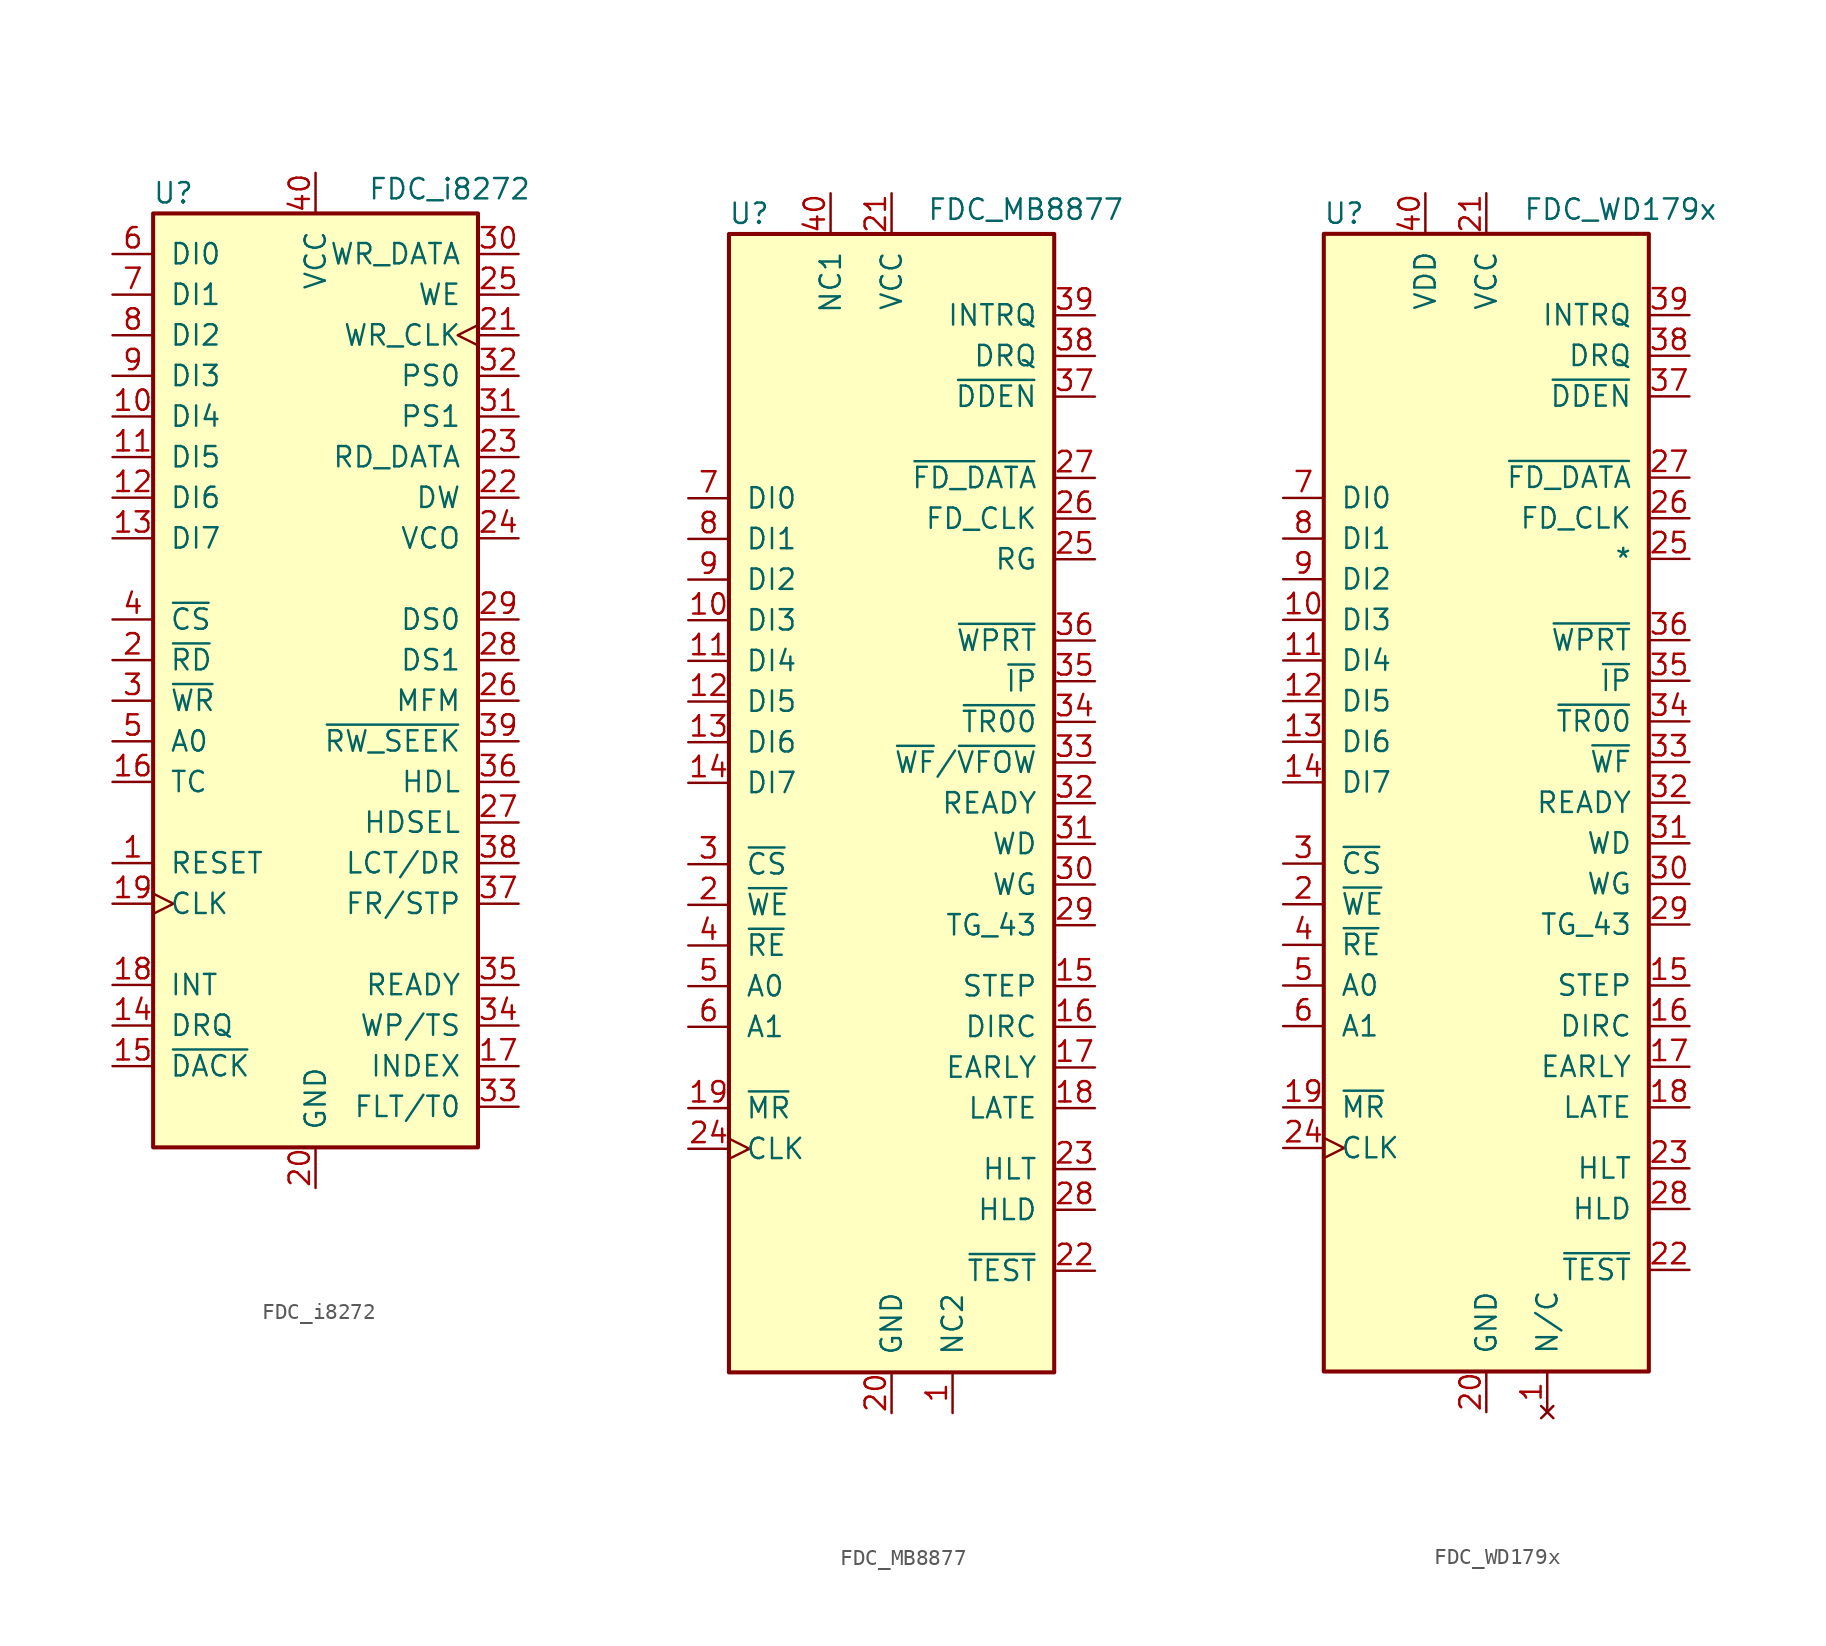
<source format=kicad_sym>
(kicad_symbol_lib
  (version 20241209)
  (generator "kicad_symbol_editor")
  (generator_version "9.0")
  (symbol "FDC_i8272"
    (pin_names
      (offset 1.016))
    (property "Reference" "U"
      (at -8.89 24.13 0)
      (effects (font (size 1.27 1.27))))
    (property "Value" "FDC_i8272"
      (at 8.382 24.384 0)
      (effects (font (size 1.27 1.27))))
    (symbol "FDC_i8272_0_1"
      (rectangle (start -10.16 22.86) (end 10.16 -35.56) (stroke (width 0.254) (type default)) (fill (type background))))
    (symbol "FDC_i8272_1_1"
      (pin tri_state line (at -12.7 20.32 0) (length 2.54) (name "DI0" (effects (font (size 1.27 1.27)))) (number "6" (effects (font (size 1.27 1.27)))))
      (pin tri_state line (at -12.7 17.78 0) (length 2.54) (name "DI1" (effects (font (size 1.27 1.27)))) (number "7" (effects (font (size 1.27 1.27)))))
      (pin tri_state line (at -12.7 15.24 0) (length 2.54) (name "DI2" (effects (font (size 1.27 1.27)))) (number "8" (effects (font (size 1.27 1.27)))))
      (pin tri_state line (at -12.7 12.7 0) (length 2.54) (name "DI3" (effects (font (size 1.27 1.27)))) (number "9" (effects (font (size 1.27 1.27)))))
      (pin tri_state line (at -12.7 10.16 0) (length 2.54) (name "DI4" (effects (font (size 1.27 1.27)))) (number "10" (effects (font (size 1.27 1.27)))))
      (pin tri_state line (at -12.7 7.62 0) (length 2.54) (name "DI5" (effects (font (size 1.27 1.27)))) (number "11" (effects (font (size 1.27 1.27)))))
      (pin tri_state line (at -12.7 5.08 0) (length 2.54) (name "DI6" (effects (font (size 1.27 1.27)))) (number "12" (effects (font (size 1.27 1.27)))))
      (pin tri_state line (at -12.7 2.54 0) (length 2.54) (name "DI7" (effects (font (size 1.27 1.27)))) (number "13" (effects (font (size 1.27 1.27)))))
      (pin input line (at -12.7 -2.54 0) (length 2.54) (name "~{CS}" (effects (font (size 1.27 1.27)))) (number "4" (effects (font (size 1.27 1.27)))))
      (pin input line (at -12.7 -5.08 0) (length 2.54) (name "~{RD}" (effects (font (size 1.27 1.27)))) (number "2" (effects (font (size 1.27 1.27)))))
      (pin input line (at -12.7 -7.62 0) (length 2.54) (name "~{WR}" (effects (font (size 1.27 1.27)))) (number "3" (effects (font (size 1.27 1.27)))))
      (pin input line (at -12.7 -10.16 0) (length 2.54) (name "A0" (effects (font (size 1.27 1.27)))) (number "5" (effects (font (size 1.27 1.27)))))
      (pin input line (at -12.7 -12.7 0) (length 2.54) (name "TC" (effects (font (size 1.27 1.27)))) (number "16" (effects (font (size 1.27 1.27)))))
      (pin input line (at -12.7 -17.78 0) (length 2.54) (name "RESET" (effects (font (size 1.27 1.27)))) (number "1" (effects (font (size 1.27 1.27)))))
      (pin input clock (at -12.7 -20.32 0) (length 2.54) (name "CLK" (effects (font (size 1.27 1.27)))) (number "19" (effects (font (size 1.27 1.27)))))
      (pin output line (at -12.7 -25.4 0) (length 2.54) (name "INT" (effects (font (size 1.27 1.27)))) (number "18" (effects (font (size 1.27 1.27)))))
      (pin output line (at -12.7 -27.94 0) (length 2.54) (name "DRQ" (effects (font (size 1.27 1.27)))) (number "14" (effects (font (size 1.27 1.27)))))
      (pin input line (at -12.7 -30.48 0) (length 2.54) (name "~{DACK}" (effects (font (size 1.27 1.27)))) (number "15" (effects (font (size 1.27 1.27)))))
      (pin power_in line (at 0 25.4 270) (length 2.54) (name "VCC" (effects (font (size 1.27 1.27)))) (number "40" (effects (font (size 1.27 1.27)))))
      (pin power_in line (at 0 -38.1 90) (length 2.54) (name "GND" (effects (font (size 1.27 1.27)))) (number "20" (effects (font (size 1.27 1.27)))))
      (pin output line (at 12.7 20.32 180) (length 2.54) (name "WR_DATA" (effects (font (size 1.27 1.27)))) (number "30" (effects (font (size 1.27 1.27)))))
      (pin output line (at 12.7 17.78 180) (length 2.54) (name "WE" (effects (font (size 1.27 1.27)))) (number "25" (effects (font (size 1.27 1.27)))))
      (pin input clock (at 12.7 15.24 180) (length 2.54) (name "WR_CLK" (effects (font (size 1.27 1.27)))) (number "21" (effects (font (size 1.27 1.27)))))
      (pin passive line (at 12.7 12.7 180) (length 2.54) (name "PS0" (effects (font (size 1.27 1.27)))) (number "32" (effects (font (size 1.27 1.27)))))
      (pin passive line (at 12.7 10.16 180) (length 2.54) (name "PS1" (effects (font (size 1.27 1.27)))) (number "31" (effects (font (size 1.27 1.27)))))
      (pin input line (at 12.7 7.62 180) (length 2.54) (name "RD_DATA" (effects (font (size 1.27 1.27)))) (number "23" (effects (font (size 1.27 1.27)))))
      (pin input line (at 12.7 5.08 180) (length 2.54) (name "DW" (effects (font (size 1.27 1.27)))) (number "22" (effects (font (size 1.27 1.27)))))
      (pin output line (at 12.7 2.54 180) (length 2.54) (name "VCO" (effects (font (size 1.27 1.27)))) (number "24" (effects (font (size 1.27 1.27)))))
      (pin output line (at 12.7 -2.54 180) (length 2.54) (name "DS0" (effects (font (size 1.27 1.27)))) (number "29" (effects (font (size 1.27 1.27)))))
      (pin output line (at 12.7 -5.08 180) (length 2.54) (name "DS1" (effects (font (size 1.27 1.27)))) (number "28" (effects (font (size 1.27 1.27)))))
      (pin passive line (at 12.7 -7.62 180) (length 2.54) (name "MFM" (effects (font (size 1.27 1.27)))) (number "26" (effects (font (size 1.27 1.27)))))
      (pin output line (at 12.7 -10.16 180) (length 2.54) (name "~{RW_SEEK}" (effects (font (size 1.27 1.27)))) (number "39" (effects (font (size 1.27 1.27)))))
      (pin passive line (at 12.7 -12.7 180) (length 2.54) (name "HDL" (effects (font (size 1.27 1.27)))) (number "36" (effects (font (size 1.27 1.27)))))
      (pin output line (at 12.7 -15.24 180) (length 2.54) (name "HDSEL" (effects (font (size 1.27 1.27)))) (number "27" (effects (font (size 1.27 1.27)))))
      (pin output line (at 12.7 -17.78 180) (length 2.54) (name "LCT/DR" (effects (font (size 1.27 1.27)))) (number "38" (effects (font (size 1.27 1.27)))))
      (pin output line (at 12.7 -20.32 180) (length 2.54) (name "FR/STP" (effects (font (size 1.27 1.27)))) (number "37" (effects (font (size 1.27 1.27)))))
      (pin input line (at 12.7 -25.4 180) (length 2.54) (name "READY" (effects (font (size 1.27 1.27)))) (number "35" (effects (font (size 1.27 1.27)))))
      (pin input line (at 12.7 -27.94 180) (length 2.54) (name "WP/TS" (effects (font (size 1.27 1.27)))) (number "34" (effects (font (size 1.27 1.27)))))
      (pin input line (at 12.7 -30.48 180) (length 2.54) (name "INDEX" (effects (font (size 1.27 1.27)))) (number "17" (effects (font (size 1.27 1.27)))))
      (pin input line (at 12.7 -33.02 180) (length 2.54) (name "FLT/T0" (effects (font (size 1.27 1.27)))) (number "33" (effects (font (size 1.27 1.27)))))))
  (symbol "FDC_MB8877"
    (pin_names
      (offset 1.016))
    (property "Reference" "U"
      (at -8.89 36.83 0)
      (effects (font (size 1.27 1.27))))
    (property "Value" "FDC_MB8877"
      (at 8.382 37.084 0)
      (effects (font (size 1.27 1.27))))
    (symbol "FDC_MB8877_0_1"
      (rectangle (start -10.16 35.56) (end 10.16 -35.56) (stroke (width 0.254) (type default)) (fill (type background))))
    (symbol "FDC_MB8877_1_1"
      (pin tri_state line (at -12.7 19.05 0) (length 2.54) (name "DI0" (effects (font (size 1.27 1.27)))) (number "7" (effects (font (size 1.27 1.27)))))
      (pin tri_state line (at -12.7 16.51 0) (length 2.54) (name "DI1" (effects (font (size 1.27 1.27)))) (number "8" (effects (font (size 1.27 1.27)))))
      (pin tri_state line (at -12.7 13.97 0) (length 2.54) (name "DI2" (effects (font (size 1.27 1.27)))) (number "9" (effects (font (size 1.27 1.27)))))
      (pin tri_state line (at -12.7 11.43 0) (length 2.54) (name "DI3" (effects (font (size 1.27 1.27)))) (number "10" (effects (font (size 1.27 1.27)))))
      (pin tri_state line (at -12.7 8.89 0) (length 2.54) (name "DI4" (effects (font (size 1.27 1.27)))) (number "11" (effects (font (size 1.27 1.27)))))
      (pin tri_state line (at -12.7 6.35 0) (length 2.54) (name "DI5" (effects (font (size 1.27 1.27)))) (number "12" (effects (font (size 1.27 1.27)))))
      (pin tri_state line (at -12.7 3.81 0) (length 2.54) (name "DI6" (effects (font (size 1.27 1.27)))) (number "13" (effects (font (size 1.27 1.27)))))
      (pin tri_state line (at -12.7 1.27 0) (length 2.54) (name "DI7" (effects (font (size 1.27 1.27)))) (number "14" (effects (font (size 1.27 1.27)))))
      (pin input line (at -12.7 -3.81 0) (length 2.54) (name "~{CS}" (effects (font (size 1.27 1.27)))) (number "3" (effects (font (size 1.27 1.27)))))
      (pin input line (at -12.7 -6.35 0) (length 2.54) (name "~{WE}" (effects (font (size 1.27 1.27)))) (number "2" (effects (font (size 1.27 1.27)))))
      (pin input line (at -12.7 -8.89 0) (length 2.54) (name "~{RE}" (effects (font (size 1.27 1.27)))) (number "4" (effects (font (size 1.27 1.27)))))
      (pin input line (at -12.7 -11.43 0) (length 2.54) (name "A0" (effects (font (size 1.27 1.27)))) (number "5" (effects (font (size 1.27 1.27)))))
      (pin input line (at -12.7 -13.97 0) (length 2.54) (name "A1" (effects (font (size 1.27 1.27)))) (number "6" (effects (font (size 1.27 1.27)))))
      (pin input line (at -12.7 -19.05 0) (length 2.54) (name "~{MR}" (effects (font (size 1.27 1.27)))) (number "19" (effects (font (size 1.27 1.27)))))
      (pin input clock (at -12.7 -21.59 0) (length 2.54) (name "CLK" (effects (font (size 1.27 1.27)))) (number "24" (effects (font (size 1.27 1.27)))))
      (pin passive line (at -3.81 38.1 270) (length 2.54) (name "NC1" (effects (font (size 1.27 1.27)))) (number "40" (effects (font (size 1.27 1.27)))))
      (pin power_in line (at 0 38.1 270) (length 2.54) (name "VCC" (effects (font (size 1.27 1.27)))) (number "21" (effects (font (size 1.27 1.27)))))
      (pin power_in line (at 0 -38.1 90) (length 2.54) (name "GND" (effects (font (size 1.27 1.27)))) (number "20" (effects (font (size 1.27 1.27)))))
      (pin passive line (at 3.81 -38.1 90) (length 2.54) (name "NC2" (effects (font (size 1.27 1.27)))) (number "1" (effects (font (size 1.27 1.27)))))
      (pin input line (at 12.7 30.48 180) (length 2.54) (name "INTRQ" (effects (font (size 1.27 1.27)))) (number "39" (effects (font (size 1.27 1.27)))))
      (pin output line (at 12.7 27.94 180) (length 2.54) (name "DRQ" (effects (font (size 1.27 1.27)))) (number "38" (effects (font (size 1.27 1.27)))))
      (pin input line (at 12.7 25.4 180) (length 2.54) (name "~{DDEN}" (effects (font (size 1.27 1.27)))) (number "37" (effects (font (size 1.27 1.27)))))
      (pin input line (at 12.7 20.32 180) (length 2.54) (name "~{FD_DATA}" (effects (font (size 1.27 1.27)))) (number "27" (effects (font (size 1.27 1.27)))))
      (pin bidirectional line (at 12.7 17.78 180) (length 2.54) (name "FD_CLK" (effects (font (size 1.27 1.27)))) (number "26" (effects (font (size 1.27 1.27)))))
      (pin output line (at 12.7 15.24 180) (length 2.54) (name "RG" (effects (font (size 1.27 1.27)))) (number "25" (effects (font (size 1.27 1.27)))))
      (pin input line (at 12.7 10.16 180) (length 2.54) (name "~{WPRT}" (effects (font (size 1.27 1.27)))) (number "36" (effects (font (size 1.27 1.27)))))
      (pin input line (at 12.7 7.62 180) (length 2.54) (name "~{IP}" (effects (font (size 1.27 1.27)))) (number "35" (effects (font (size 1.27 1.27)))))
      (pin input line (at 12.7 5.08 180) (length 2.54) (name "~{TR00}" (effects (font (size 1.27 1.27)))) (number "34" (effects (font (size 1.27 1.27)))))
      (pin bidirectional line (at 12.7 2.54 180) (length 2.54) (name "~{WF}/~{VFOW}" (effects (font (size 1.27 1.27)))) (number "33" (effects (font (size 1.27 1.27)))))
      (pin input line (at 12.7 0 180) (length 2.54) (name "READY" (effects (font (size 1.27 1.27)))) (number "32" (effects (font (size 1.27 1.27)))))
      (pin output line (at 12.7 -2.54 180) (length 2.54) (name "WD" (effects (font (size 1.27 1.27)))) (number "31" (effects (font (size 1.27 1.27)))))
      (pin output line (at 12.7 -5.08 180) (length 2.54) (name "WG" (effects (font (size 1.27 1.27)))) (number "30" (effects (font (size 1.27 1.27)))))
      (pin output line (at 12.7 -7.62 180) (length 2.54) (name "TG_43" (effects (font (size 1.27 1.27)))) (number "29" (effects (font (size 1.27 1.27)))))
      (pin output line (at 12.7 -11.43 180) (length 2.54) (name "STEP" (effects (font (size 1.27 1.27)))) (number "15" (effects (font (size 1.27 1.27)))))
      (pin output line (at 12.7 -13.97 180) (length 2.54) (name "DIRC" (effects (font (size 1.27 1.27)))) (number "16" (effects (font (size 1.27 1.27)))))
      (pin output line (at 12.7 -16.51 180) (length 2.54) (name "EARLY" (effects (font (size 1.27 1.27)))) (number "17" (effects (font (size 1.27 1.27)))))
      (pin output line (at 12.7 -19.05 180) (length 2.54) (name "LATE" (effects (font (size 1.27 1.27)))) (number "18" (effects (font (size 1.27 1.27)))))
      (pin input line (at 12.7 -22.86 180) (length 2.54) (name "HLT" (effects (font (size 1.27 1.27)))) (number "23" (effects (font (size 1.27 1.27)))))
      (pin output line (at 12.7 -25.4 180) (length 2.54) (name "HLD" (effects (font (size 1.27 1.27)))) (number "28" (effects (font (size 1.27 1.27)))))
      (pin input line (at 12.7 -29.21 180) (length 2.54) (name "~{TEST}" (effects (font (size 1.27 1.27)))) (number "22" (effects (font (size 1.27 1.27)))))))
  (symbol "FDC_WD179x"
    (pin_names
      (offset 1.016))
    (property "Reference" "U"
      (at -8.89 36.83 0)
      (effects (font (size 1.27 1.27))))
    (property "Value" "FDC_WD179x"
      (at 8.382 37.084 0)
      (effects (font (size 1.27 1.27))))
    (symbol "FDC_WD179x_0_1"
      (rectangle (start -10.16 35.56) (end 10.16 -35.56) (stroke (width 0.254) (type default)) (fill (type background))))
    (symbol "FDC_WD179x_1_1"
      (pin tri_state line (at -12.7 19.05 0) (length 2.54) (name "DI0" (effects (font (size 1.27 1.27)))) (number "7" (effects (font (size 1.27 1.27)))))
      (pin tri_state line (at -12.7 16.51 0) (length 2.54) (name "DI1" (effects (font (size 1.27 1.27)))) (number "8" (effects (font (size 1.27 1.27)))))
      (pin tri_state line (at -12.7 13.97 0) (length 2.54) (name "DI2" (effects (font (size 1.27 1.27)))) (number "9" (effects (font (size 1.27 1.27)))))
      (pin tri_state line (at -12.7 11.43 0) (length 2.54) (name "DI3" (effects (font (size 1.27 1.27)))) (number "10" (effects (font (size 1.27 1.27)))))
      (pin tri_state line (at -12.7 8.89 0) (length 2.54) (name "DI4" (effects (font (size 1.27 1.27)))) (number "11" (effects (font (size 1.27 1.27)))))
      (pin tri_state line (at -12.7 6.35 0) (length 2.54) (name "DI5" (effects (font (size 1.27 1.27)))) (number "12" (effects (font (size 1.27 1.27)))))
      (pin tri_state line (at -12.7 3.81 0) (length 2.54) (name "DI6" (effects (font (size 1.27 1.27)))) (number "13" (effects (font (size 1.27 1.27)))))
      (pin tri_state line (at -12.7 1.27 0) (length 2.54) (name "DI7" (effects (font (size 1.27 1.27)))) (number "14" (effects (font (size 1.27 1.27)))))
      (pin input line (at -12.7 -3.81 0) (length 2.54) (name "~{CS}" (effects (font (size 1.27 1.27)))) (number "3" (effects (font (size 1.27 1.27)))))
      (pin input line (at -12.7 -6.35 0) (length 2.54) (name "~{WE}" (effects (font (size 1.27 1.27)))) (number "2" (effects (font (size 1.27 1.27)))))
      (pin input line (at -12.7 -8.89 0) (length 2.54) (name "~{RE}" (effects (font (size 1.27 1.27)))) (number "4" (effects (font (size 1.27 1.27)))))
      (pin input line (at -12.7 -11.43 0) (length 2.54) (name "A0" (effects (font (size 1.27 1.27)))) (number "5" (effects (font (size 1.27 1.27)))))
      (pin input line (at -12.7 -13.97 0) (length 2.54) (name "A1" (effects (font (size 1.27 1.27)))) (number "6" (effects (font (size 1.27 1.27)))))
      (pin input line (at -12.7 -19.05 0) (length 2.54) (name "~{MR}" (effects (font (size 1.27 1.27)))) (number "19" (effects (font (size 1.27 1.27)))))
      (pin input clock (at -12.7 -21.59 0) (length 2.54) (name "CLK" (effects (font (size 1.27 1.27)))) (number "24" (effects (font (size 1.27 1.27)))))
      (pin power_in line (at -3.81 38.1 270) (length 2.54) (name "VDD" (effects (font (size 1.27 1.27)))) (number "40" (effects (font (size 1.27 1.27)))))
      (pin power_in line (at 0 38.1 270) (length 2.54) (name "VCC" (effects (font (size 1.27 1.27)))) (number "21" (effects (font (size 1.27 1.27)))))
      (pin power_in line (at 0 -38.1 90) (length 2.54) (name "GND" (effects (font (size 1.27 1.27)))) (number "20" (effects (font (size 1.27 1.27)))))
      (pin no_connect line (at 3.81 -38.1 90) (length 2.54) (name "N/C" (effects (font (size 1.27 1.27)))) (number "1" (effects (font (size 1.27 1.27)))))
      (pin input line (at 12.7 30.48 180) (length 2.54) (name "INTRQ" (effects (font (size 1.27 1.27)))) (number "39" (effects (font (size 1.27 1.27)))))
      (pin output line (at 12.7 27.94 180) (length 2.54) (name "DRQ" (effects (font (size 1.27 1.27)))) (number "38" (effects (font (size 1.27 1.27)))))
      (pin input line (at 12.7 25.4 180) (length 2.54) (name "~{DDEN}" (effects (font (size 1.27 1.27)))) (number "37" (effects (font (size 1.27 1.27)))))
      (pin input line (at 12.7 20.32 180) (length 2.54) (name "~{FD_DATA}" (effects (font (size 1.27 1.27)))) (number "27" (effects (font (size 1.27 1.27)))))
      (pin bidirectional line (at 12.7 17.78 180) (length 2.54) (name "FD_CLK" (effects (font (size 1.27 1.27)))) (number "26" (effects (font (size 1.27 1.27)))))
      (pin passive line (at 12.7 15.24 180) (length 2.54) (name "*" (effects (font (size 1.27 1.27)))) (number "25" (effects (font (size 1.27 1.27)))))
      (pin input line (at 12.7 10.16 180) (length 2.54) (name "~{WPRT}" (effects (font (size 1.27 1.27)))) (number "36" (effects (font (size 1.27 1.27)))))
      (pin input line (at 12.7 7.62 180) (length 2.54) (name "~{IP}" (effects (font (size 1.27 1.27)))) (number "35" (effects (font (size 1.27 1.27)))))
      (pin input line (at 12.7 5.08 180) (length 2.54) (name "~{TR00}" (effects (font (size 1.27 1.27)))) (number "34" (effects (font (size 1.27 1.27)))))
      (pin input line (at 12.7 2.54 180) (length 2.54) (name "~{WF}" (effects (font (size 1.27 1.27)))) (number "33" (effects (font (size 1.27 1.27)))))
      (pin input line (at 12.7 0 180) (length 2.54) (name "READY" (effects (font (size 1.27 1.27)))) (number "32" (effects (font (size 1.27 1.27)))))
      (pin output line (at 12.7 -2.54 180) (length 2.54) (name "WD" (effects (font (size 1.27 1.27)))) (number "31" (effects (font (size 1.27 1.27)))))
      (pin output line (at 12.7 -5.08 180) (length 2.54) (name "WG" (effects (font (size 1.27 1.27)))) (number "30" (effects (font (size 1.27 1.27)))))
      (pin output line (at 12.7 -7.62 180) (length 2.54) (name "TG_43" (effects (font (size 1.27 1.27)))) (number "29" (effects (font (size 1.27 1.27)))))
      (pin output line (at 12.7 -11.43 180) (length 2.54) (name "STEP" (effects (font (size 1.27 1.27)))) (number "15" (effects (font (size 1.27 1.27)))))
      (pin output line (at 12.7 -13.97 180) (length 2.54) (name "DIRC" (effects (font (size 1.27 1.27)))) (number "16" (effects (font (size 1.27 1.27)))))
      (pin output line (at 12.7 -16.51 180) (length 2.54) (name "EARLY" (effects (font (size 1.27 1.27)))) (number "17" (effects (font (size 1.27 1.27)))))
      (pin output line (at 12.7 -19.05 180) (length 2.54) (name "LATE" (effects (font (size 1.27 1.27)))) (number "18" (effects (font (size 1.27 1.27)))))
      (pin input line (at 12.7 -22.86 180) (length 2.54) (name "HLT" (effects (font (size 1.27 1.27)))) (number "23" (effects (font (size 1.27 1.27)))))
      (pin output line (at 12.7 -25.4 180) (length 2.54) (name "HLD" (effects (font (size 1.27 1.27)))) (number "28" (effects (font (size 1.27 1.27)))))
      (pin input line (at 12.7 -29.21 180) (length 2.54) (name "~{TEST}" (effects (font (size 1.27 1.27)))) (number "22" (effects (font (size 1.27 1.27))))))))
</source>
